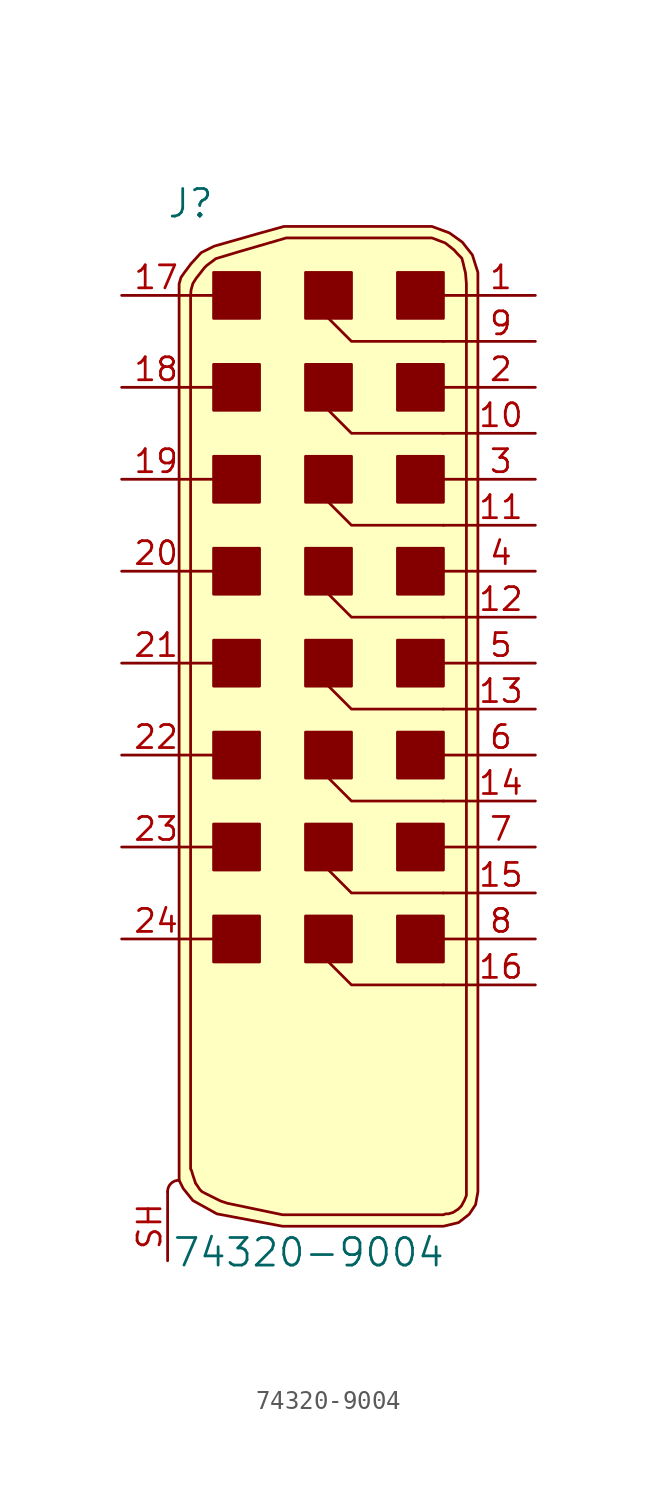
<source format=kicad_sym>
(kicad_symbol_lib
  (version 20220914)
  (generator kicad_symbol_editor)
  (symbol "74320-9004"
    (pin_names
      (offset 1.016))
    (property "Reference" "J"
      (at -8.89 27.94 0)
      (effects (font (size 1.524 1.524))))
    (property "Value" "74320-9004"
      (at -2.362 -30.023 0)
      (effects (font (size 1.524 1.524))))
    (symbol "74320-9004_0_1"
      (arc (start -9.525 -26.035) (mid -9.9825 -26.2192) (end -10.16 -26.67) (stroke (width 0) (type default)) (fill (type none)))
      (rectangle (start -5.08 -11.43) (end -7.62 -13.97) (stroke (width 0) (type default)) (fill (type outline)))
      (rectangle (start -5.08 -6.35) (end -7.62 -8.89) (stroke (width 0) (type default)) (fill (type outline)))
      (rectangle (start -5.08 -1.27) (end -7.62 -3.81) (stroke (width 0) (type default)) (fill (type outline)))
      (rectangle (start -5.08 3.81) (end -7.62 1.27) (stroke (width 0) (type default)) (fill (type outline)))
      (rectangle (start -5.08 8.89) (end -7.62 6.35) (stroke (width 0) (type default)) (fill (type outline)))
      (rectangle (start -5.08 13.97) (end -7.62 11.43) (stroke (width 0) (type default)) (fill (type outline)))
      (rectangle (start -5.08 19.05) (end -7.62 16.51) (stroke (width 0) (type default)) (fill (type outline)))
      (rectangle (start -5.08 24.13) (end -7.62 21.59) (stroke (width 0) (type default)) (fill (type outline)))
      (rectangle (start 0 -11.43) (end -2.54 -13.97) (stroke (width 0) (type default)) (fill (type outline)))
      (rectangle (start 0 -6.35) (end -2.54 -8.89) (stroke (width 0) (type default)) (fill (type outline)))
      (rectangle (start 0 -1.27) (end -2.54 -3.81) (stroke (width 0) (type default)) (fill (type outline)))
      (polyline (pts (xy -7.62 -12.7) (xy -8.89 -12.7)) (stroke (width 0) (type default)) (fill (type none)))
      (polyline (pts (xy -7.62 -7.62) (xy -8.89 -7.62)) (stroke (width 0) (type default)) (fill (type none)))
      (polyline (pts (xy -7.62 -2.54) (xy -8.89 -2.54)) (stroke (width 0) (type default)) (fill (type none)))
      (polyline (pts (xy -7.62 2.54) (xy -8.89 2.54)) (stroke (width 0) (type default)) (fill (type none)))
      (polyline (pts (xy -7.62 7.62) (xy -8.89 7.62)) (stroke (width 0) (type default)) (fill (type none)))
      (polyline (pts (xy -7.62 12.7) (xy -8.89 12.7)) (stroke (width 0) (type default)) (fill (type none)))
      (polyline (pts (xy -7.62 17.78) (xy -8.89 17.78)) (stroke (width 0) (type default)) (fill (type none)))
      (polyline (pts (xy -7.62 22.86) (xy -8.89 22.86)) (stroke (width 0) (type default)) (fill (type none)))
      (polyline (pts (xy 5.08 22.86) (xy 5.08 22.86)) (stroke (width 0) (type default)) (fill (type none)))
      (polyline (pts (xy 6.35 -15.24) (xy 5.08 -15.24)) (stroke (width 0) (type default)) (fill (type none)))
      (polyline (pts (xy 6.35 -12.7) (xy 5.08 -12.7)) (stroke (width 0) (type default)) (fill (type none)))
      (polyline (pts (xy 6.35 -10.16) (xy 5.08 -10.16)) (stroke (width 0) (type default)) (fill (type none)))
      (polyline (pts (xy 6.35 -7.62) (xy 5.08 -7.62)) (stroke (width 0) (type default)) (fill (type none)))
      (polyline (pts (xy 6.35 -5.08) (xy 5.08 -5.08)) (stroke (width 0) (type default)) (fill (type none)))
      (polyline (pts (xy 6.35 -2.54) (xy 5.08 -2.54)) (stroke (width 0) (type default)) (fill (type none)))
      (polyline (pts (xy 6.35 0) (xy 5.08 0)) (stroke (width 0) (type default)) (fill (type none)))
      (polyline (pts (xy 6.35 2.54) (xy 5.08 2.54)) (stroke (width 0) (type default)) (fill (type none)))
      (polyline (pts (xy 6.35 5.08) (xy 5.08 5.08)) (stroke (width 0) (type default)) (fill (type none)))
      (polyline (pts (xy 6.35 7.62) (xy 5.08 7.62)) (stroke (width 0) (type default)) (fill (type none)))
      (polyline (pts (xy 6.35 10.16) (xy 5.08 10.16)) (stroke (width 0) (type default)) (fill (type none)))
      (polyline (pts (xy 6.35 12.7) (xy 5.08 12.7)) (stroke (width 0) (type default)) (fill (type none)))
      (polyline (pts (xy 6.35 15.24) (xy 5.08 15.24)) (stroke (width 0) (type default)) (fill (type none)))
      (polyline (pts (xy 6.35 17.78) (xy 5.08 17.78)) (stroke (width 0) (type default)) (fill (type none)))
      (polyline (pts (xy 6.35 20.32) (xy 5.08 20.32)) (stroke (width 0) (type default)) (fill (type none)))
      (polyline (pts (xy 6.35 22.86) (xy 5.08 22.86)) (stroke (width 0) (type default)) (fill (type none)))
      (polyline (pts (xy -1.27 -13.97) (xy 0 -15.24) (xy 5.08 -15.24)) (stroke (width 0) (type default)) (fill (type none)))
      (polyline (pts (xy -1.27 -8.89) (xy 0 -10.16) (xy 5.08 -10.16)) (stroke (width 0) (type default)) (fill (type none)))
      (polyline (pts (xy -1.27 -3.81) (xy 0 -5.08) (xy 5.08 -5.08)) (stroke (width 0) (type default)) (fill (type none)))
      (polyline (pts (xy -1.27 1.27) (xy 0 0) (xy 5.08 0)) (stroke (width 0) (type default)) (fill (type none)))
      (polyline (pts (xy -1.27 6.35) (xy 0 5.08) (xy 5.08 5.08)) (stroke (width 0) (type default)) (fill (type none)))
      (polyline (pts (xy -1.27 11.43) (xy 0 10.16) (xy 5.08 10.16)) (stroke (width 0) (type default)) (fill (type none)))
      (polyline (pts (xy -1.27 16.51) (xy 0 15.24) (xy 5.08 15.24)) (stroke (width 0) (type default)) (fill (type none)))
      (polyline (pts (xy -1.27 21.59) (xy 0 20.32) (xy 5.08 20.32)) (stroke (width 0) (type default)) (fill (type none)))
      (polyline (pts (xy 6.985 -26.67) (xy 6.985 24.13) (xy 6.68 25.095) (xy 6.121 25.806) (xy 5.41 26.314) (xy 4.445 26.67) (xy -3.734 26.67) (xy -5.105 26.289) (xy -7.595 25.578) (xy -8.306 25.222) (xy -8.865 24.613) (xy -9.246 24.105) (xy -9.423 23.851) (xy -9.525 23.495) (xy -9.525 -26.035) (xy -9.296 -26.492) (xy -8.763 -27.153) (xy -7.442 -27.889) (xy -3.81 -28.575) (xy 5.08 -28.575) (xy 5.918 -28.372) (xy 6.502 -27.915) (xy 6.858 -27.381) (xy 6.985 -26.67)) (stroke (width 0) (type default)) (fill (type background)))
      (polyline (pts (xy -8.89 22.86) (xy -8.865 23.165) (xy -8.763 23.52) (xy -8.585 23.8) (xy -8.306 24.155) (xy -8.128 24.384) (xy -8.001 24.511) (xy -7.493 24.892) (xy -6.223 25.273) (xy -3.607 26.035) (xy 0.635 26.035) (xy 4.445 26.035) (xy 5.182 25.756) (xy 5.664 25.375) (xy 5.867 25.146) (xy 6.096 24.917) (xy 6.172 24.638) (xy 6.223 24.409) (xy 6.299 24.105) (xy 6.35 23.495) (xy 6.35 -26.67) (xy 6.35 -26.873) (xy 6.248 -27.127) (xy 6.071 -27.457) (xy 5.893 -27.635) (xy 5.613 -27.813) (xy 5.359 -27.889) (xy 5.207 -27.889) (xy 5.08 -27.94) (xy -3.81 -27.94) (xy -6.858 -27.305) (xy -7.239 -27.178) (xy -7.747 -26.924) (xy -8.001 -26.797) (xy -8.255 -26.67) (xy -8.382 -26.543) (xy -8.636 -26.162) (xy -8.611 -26.213) (xy -8.687 -25.984) (xy -8.763 -25.756) (xy -8.839 -25.502) (xy -8.89 -25.4) (xy -8.89 22.86)) (stroke (width 0) (type default)) (fill (type background)))
      (rectangle (start 0 3.81) (end -2.54 1.27) (stroke (width 0) (type default)) (fill (type outline)))
      (rectangle (start 0 8.89) (end -2.54 6.35) (stroke (width 0) (type default)) (fill (type outline)))
      (rectangle (start 0 13.97) (end -2.54 11.43) (stroke (width 0) (type default)) (fill (type outline)))
      (rectangle (start 0 19.05) (end -2.54 16.51) (stroke (width 0) (type default)) (fill (type outline)))
      (rectangle (start 0 24.13) (end -2.54 21.59) (stroke (width 0) (type default)) (fill (type outline)))
      (rectangle (start 5.08 -11.43) (end 2.54 -13.97) (stroke (width 0) (type default)) (fill (type outline)))
      (rectangle (start 5.08 -6.35) (end 2.54 -8.89) (stroke (width 0) (type default)) (fill (type outline)))
      (rectangle (start 5.08 -1.27) (end 2.54 -3.81) (stroke (width 0) (type default)) (fill (type outline)))
      (rectangle (start 5.08 3.81) (end 2.54 1.27) (stroke (width 0) (type default)) (fill (type outline)))
      (rectangle (start 5.08 8.89) (end 2.54 6.35) (stroke (width 0) (type default)) (fill (type outline)))
      (rectangle (start 5.08 13.97) (end 2.54 11.43) (stroke (width 0) (type default)) (fill (type outline)))
      (rectangle (start 5.08 19.05) (end 2.54 16.51) (stroke (width 0) (type default)) (fill (type outline)))
      (rectangle (start 5.08 24.13) (end 2.54 21.59) (stroke (width 0) (type default)) (fill (type outline))))
    (symbol "74320-9004_1_1"
      (pin passive line (at 10.16 22.86 180) (length 3.81) (name "~" (effects (font (size 1.27 1.27)))) (number "1" (effects (font (size 1.27 1.27)))))
      (pin passive line (at 10.16 15.24 180) (length 3.81) (name "~" (effects (font (size 1.27 1.27)))) (number "10" (effects (font (size 1.27 1.27)))))
      (pin passive line (at 10.16 10.16 180) (length 3.81) (name "~" (effects (font (size 1.27 1.27)))) (number "11" (effects (font (size 1.27 1.27)))))
      (pin passive line (at 10.16 5.08 180) (length 3.81) (name "~" (effects (font (size 1.27 1.27)))) (number "12" (effects (font (size 1.27 1.27)))))
      (pin passive line (at 10.16 0 180) (length 3.81) (name "~" (effects (font (size 1.27 1.27)))) (number "13" (effects (font (size 1.27 1.27)))))
      (pin passive line (at 10.16 -5.08 180) (length 3.81) (name "~" (effects (font (size 1.27 1.27)))) (number "14" (effects (font (size 1.27 1.27)))))
      (pin passive line (at 10.16 -10.16 180) (length 3.81) (name "~" (effects (font (size 1.27 1.27)))) (number "15" (effects (font (size 1.27 1.27)))))
      (pin passive line (at 10.16 -15.24 180) (length 3.81) (name "~" (effects (font (size 1.27 1.27)))) (number "16" (effects (font (size 1.27 1.27)))))
      (pin passive line (at -12.7 22.86 0) (length 3.81) (name "~" (effects (font (size 1.27 1.27)))) (number "17" (effects (font (size 1.27 1.27)))))
      (pin passive line (at -12.7 17.78 0) (length 3.81) (name "~" (effects (font (size 1.27 1.27)))) (number "18" (effects (font (size 1.27 1.27)))))
      (pin passive line (at -12.7 12.7 0) (length 3.81) (name "~" (effects (font (size 1.27 1.27)))) (number "19" (effects (font (size 1.27 1.27)))))
      (pin passive line (at 10.16 17.78 180) (length 3.81) (name "~" (effects (font (size 1.27 1.27)))) (number "2" (effects (font (size 1.27 1.27)))))
      (pin passive line (at -12.7 7.62 0) (length 3.81) (name "~" (effects (font (size 1.27 1.27)))) (number "20" (effects (font (size 1.27 1.27)))))
      (pin passive line (at -12.7 2.54 0) (length 3.81) (name "~" (effects (font (size 1.27 1.27)))) (number "21" (effects (font (size 1.27 1.27)))))
      (pin passive line (at -12.7 -2.54 0) (length 3.81) (name "~" (effects (font (size 1.27 1.27)))) (number "22" (effects (font (size 1.27 1.27)))))
      (pin passive line (at -12.7 -7.62 0) (length 3.81) (name "~" (effects (font (size 1.27 1.27)))) (number "23" (effects (font (size 1.27 1.27)))))
      (pin passive line (at -12.7 -12.7 0) (length 3.81) (name "~" (effects (font (size 1.27 1.27)))) (number "24" (effects (font (size 1.27 1.27)))))
      (pin passive line (at 10.16 12.7 180) (length 3.81) (name "~" (effects (font (size 1.27 1.27)))) (number "3" (effects (font (size 1.27 1.27)))))
      (pin passive line (at 10.16 7.62 180) (length 3.81) (name "~" (effects (font (size 1.27 1.27)))) (number "4" (effects (font (size 1.27 1.27)))))
      (pin passive line (at 10.16 2.54 180) (length 3.81) (name "~" (effects (font (size 1.27 1.27)))) (number "5" (effects (font (size 1.27 1.27)))))
      (pin passive line (at 10.16 -2.54 180) (length 3.81) (name "~" (effects (font (size 1.27 1.27)))) (number "6" (effects (font (size 1.27 1.27)))))
      (pin passive line (at 10.16 -7.62 180) (length 3.81) (name "~" (effects (font (size 1.27 1.27)))) (number "7" (effects (font (size 1.27 1.27)))))
      (pin passive line (at 10.16 -12.7 180) (length 3.81) (name "~" (effects (font (size 1.27 1.27)))) (number "8" (effects (font (size 1.27 1.27)))))
      (pin passive line (at 10.16 20.32 180) (length 3.81) (name "~" (effects (font (size 1.27 1.27)))) (number "9" (effects (font (size 1.27 1.27)))))
      (pin passive line (at -10.16 -30.48 90) (length 3.81) (name "~" (effects (font (size 1.27 1.27)))) (number "SH" (effects (font (size 1.27 1.27))))))))
</source>
